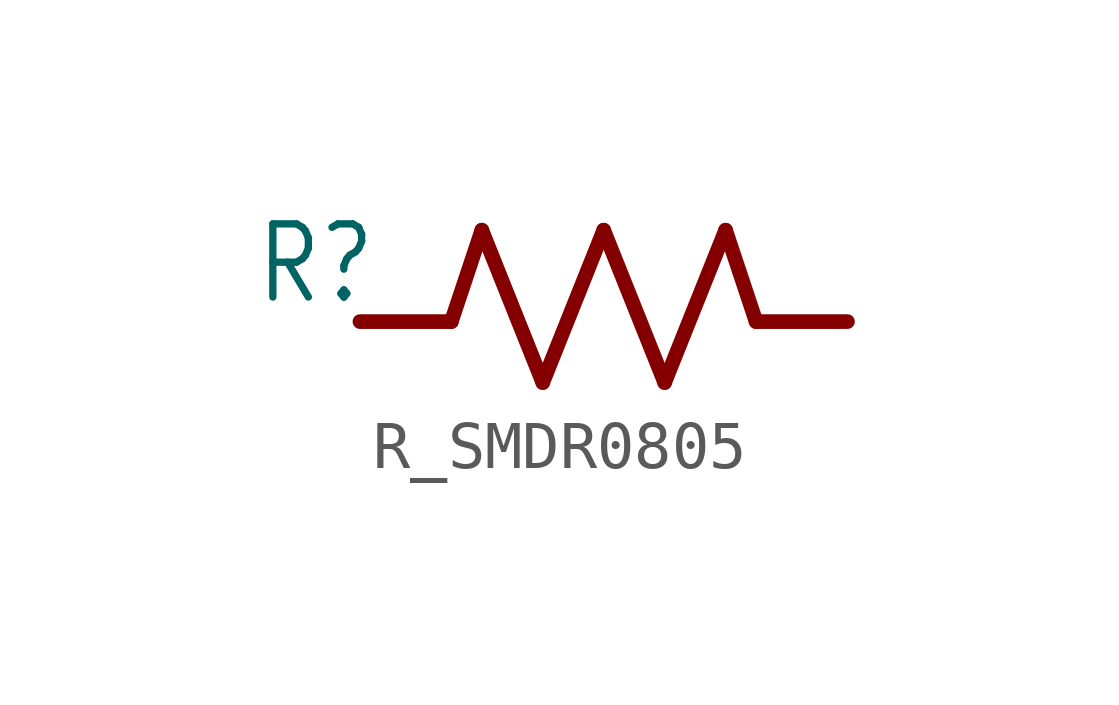
<source format=kicad_sym>
(kicad_symbol_lib
  (version 20231120)
  (generator "kicad_symbol_editor")
  (generator_version "8.0")
  (symbol "R_SMDR0805"
    (property "Reference" "R"
      (at -7.303 0.318 0)
      (effects (font (size 1.524 1.295)) (justify left bottom)))
    (property "Value" ""
      (at 3.334 0.318 0)
      (effects (font (size 1.524 1.295)) (justify left bottom)))
    (property "ki_locked" ""
      (at 0 0 0)
      (effects (font (size 1.27 1.27))))
    (symbol "R_SMDR0805_1_0"
      (polyline (pts (xy -3.175 0) (xy -5.08 0)) (stroke (width 0.305) (type solid)) (fill (type none)))
      (polyline (pts (xy -2.54 1.905) (xy -3.175 0)) (stroke (width 0.305) (type solid)) (fill (type none)))
      (polyline (pts (xy -2.54 1.905) (xy -1.27 -1.27)) (stroke (width 0.305) (type solid)) (fill (type none)))
      (polyline (pts (xy -1.27 -1.27) (xy 0 1.905)) (stroke (width 0.305) (type solid)) (fill (type none)))
      (polyline (pts (xy 0 1.905) (xy 1.27 -1.27)) (stroke (width 0.305) (type solid)) (fill (type none)))
      (polyline (pts (xy 1.27 -1.27) (xy 2.54 1.905)) (stroke (width 0.305) (type solid)) (fill (type none)))
      (polyline (pts (xy 2.54 1.905) (xy 3.175 0)) (stroke (width 0.305) (type solid)) (fill (type none)))
      (polyline (pts (xy 3.175 0) (xy 5.08 0)) (stroke (width 0.305) (type solid)) (fill (type none)))
      (pin passive line (at -5.08 0 0) (length 0) (name "1" (effects (font (size 0 0)))) (number "P$1" (effects (font (size 0 0)))))
      (pin passive line (at 5.08 0 180) (length 0) (name "2" (effects (font (size 0 0)))) (number "P$2" (effects (font (size 0 0))))))))
</source>
